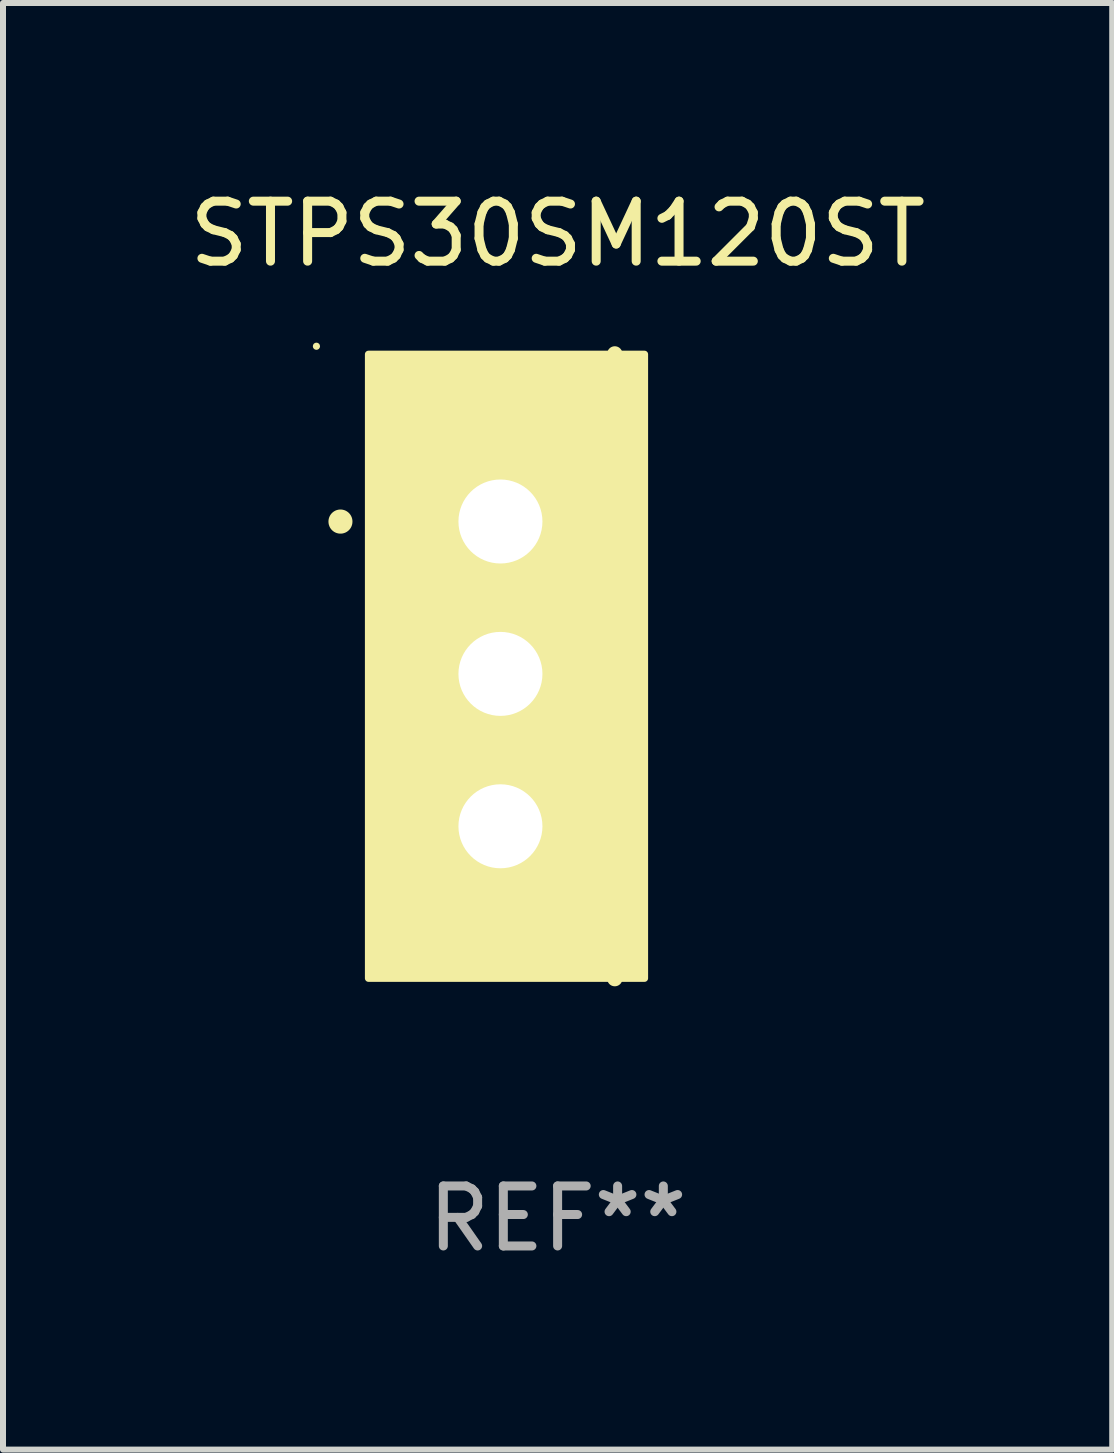
<source format=kicad_pcb>
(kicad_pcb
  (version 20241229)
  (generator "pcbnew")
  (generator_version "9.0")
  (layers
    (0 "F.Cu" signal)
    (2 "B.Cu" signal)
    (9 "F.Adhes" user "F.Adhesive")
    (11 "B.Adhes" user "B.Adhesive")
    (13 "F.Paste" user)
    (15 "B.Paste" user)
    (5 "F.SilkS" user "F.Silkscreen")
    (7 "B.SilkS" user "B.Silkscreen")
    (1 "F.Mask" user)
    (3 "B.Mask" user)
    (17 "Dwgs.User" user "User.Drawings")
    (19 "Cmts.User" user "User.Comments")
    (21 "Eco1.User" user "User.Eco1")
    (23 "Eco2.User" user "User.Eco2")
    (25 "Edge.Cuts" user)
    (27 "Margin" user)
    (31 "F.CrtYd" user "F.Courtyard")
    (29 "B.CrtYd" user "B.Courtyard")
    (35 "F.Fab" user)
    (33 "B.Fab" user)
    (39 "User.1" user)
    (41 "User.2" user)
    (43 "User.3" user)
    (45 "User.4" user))
  (footprint "STPS30SM120ST"
    (layer "F.Cu")
    (at 6.244 8.055)
    (property "Reference" "STPS30SM120ST" (at 0 -7.207 0) (layer "F.SilkS") (effects (font (size 1 1) (thickness 0.15))))
    (attr through_hole)
    (fp_line (start 0.953 5.207) (end 0.953 -5.207) (stroke (width 0.254) (type solid)) (layer "F.SilkS"))
    (fp_arc (start -3.619507 -2.410465) (mid -3.619511 -2.411735) (end -3.619507 -2.413005) (stroke (width 0.4) (type solid)) (layer "F.SilkS"))
    (fp_circle (center -4.02 -5.334) (end -3.99 -5.334) (stroke (width 0.06) (type solid)) (fill no) (layer "F.SilkS"))
    (fp_poly (pts (xy -3.152 -5.2) (xy 1.448 -5.2) (xy 1.448 5.2) (xy -3.152 5.2)) (stroke (width 0.12) (type solid)) (fill yes) (layer "F.SilkS"))
    (fp_text user "REF**" (at 0 9.207 0) (layer "F.Fab") (effects (font (size 1 1) (thickness 0.15))))
    (pad "1" thru_hole rect (at -0.953 -2.413 270) (size 2 2.5) (drill 1.4) (layers "*.Cu" "*.Mask"))
    (pad "2" thru_hole oval (at -0.953 0.127 270) (size 2 2.5) (drill 1.4) (layers "*.Cu" "*.Mask"))
    (pad "3" thru_hole oval (at -0.953 2.667 270) (size 2 2.5) (drill 1.4) (layers "*.Cu" "*.Mask")))
  (gr_rect
    (start -3 -3)
    (end 15.488 21.111)
    (stroke (width 0.1) (type default))
    (fill no)
    (layer "Edge.Cuts")))
</source>
